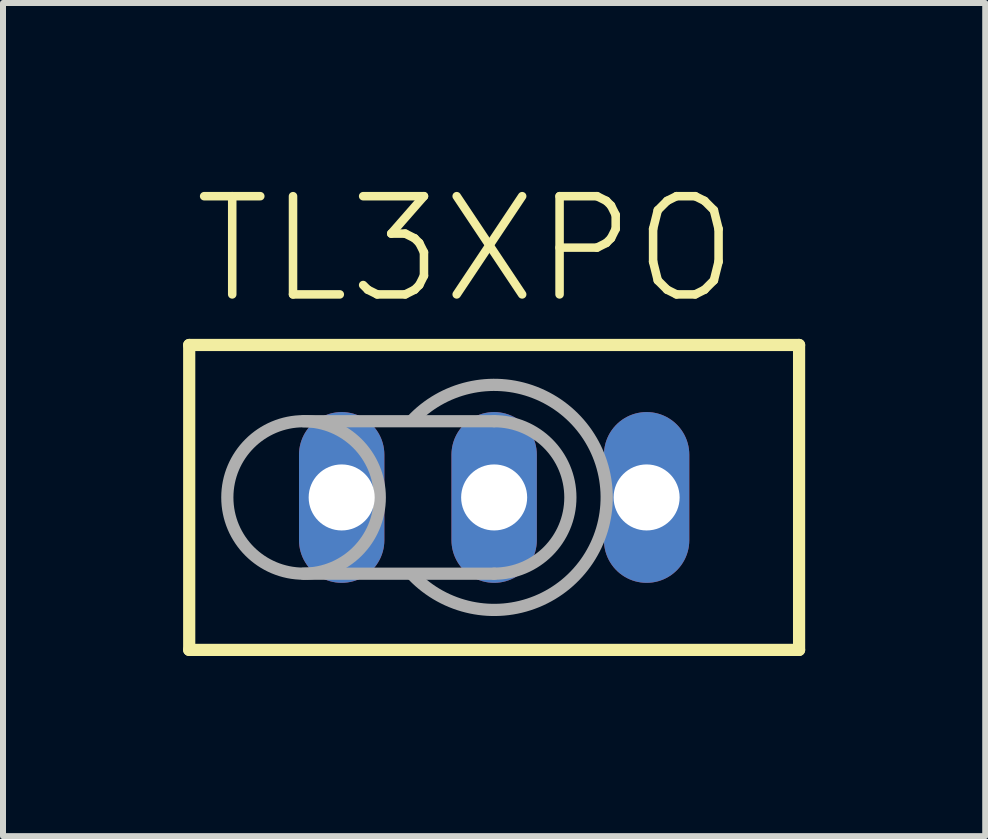
<source format=kicad_pcb>
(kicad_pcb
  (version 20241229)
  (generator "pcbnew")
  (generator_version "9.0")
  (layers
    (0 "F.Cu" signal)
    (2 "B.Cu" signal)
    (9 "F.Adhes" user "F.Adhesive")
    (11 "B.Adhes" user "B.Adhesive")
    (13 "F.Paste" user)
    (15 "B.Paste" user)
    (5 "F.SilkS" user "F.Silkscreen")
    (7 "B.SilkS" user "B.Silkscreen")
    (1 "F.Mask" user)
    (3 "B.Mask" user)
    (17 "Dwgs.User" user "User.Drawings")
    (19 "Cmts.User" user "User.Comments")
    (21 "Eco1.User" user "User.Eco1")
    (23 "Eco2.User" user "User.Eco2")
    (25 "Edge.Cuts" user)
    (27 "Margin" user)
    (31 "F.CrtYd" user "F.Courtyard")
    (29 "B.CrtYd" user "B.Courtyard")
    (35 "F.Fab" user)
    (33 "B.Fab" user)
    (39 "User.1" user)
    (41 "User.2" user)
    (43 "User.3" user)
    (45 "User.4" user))
  (footprint "TL3XPO"
    (layer "F.Cu")
    (at 5.182 5.237)
    (property "Reference" "TL3XPO" (at -5.08 -3.175 0) (layer "F.SilkS") (effects (font (size 1.636 1.636) (thickness 0.142)) (justify left bottom)))
    (fp_line (start -5.08 -2.54) (end 5.08 -2.54) (stroke (width 0.203) (type solid)) (layer "F.SilkS"))
    (fp_line (start -5.08 2.54) (end -5.08 -2.54) (stroke (width 0.203) (type solid)) (layer "F.SilkS"))
    (fp_line (start 5.08 -2.54) (end 5.08 2.54) (stroke (width 0.203) (type solid)) (layer "F.SilkS"))
    (fp_line (start 5.08 2.54) (end -5.08 2.54) (stroke (width 0.203) (type solid)) (layer "F.SilkS"))
    (fp_line (start -3.175 -1.27) (end 0 -1.27) (stroke (width 0.203) (type solid)) (layer "F.Fab"))
    (fp_line (start -3.175 1.27) (end 0 1.27) (stroke (width 0.203) (type solid)) (layer "F.Fab"))
    (fp_arc (start -1.375 -1.275) (mid 1.874583 -0.018928) (end -1.35 1.3) (stroke (width 0.2032) (type solid)) (layer "F.Fab"))
    (fp_arc (start 0 -1.27) (mid 1.27 0) (end 0 1.27) (stroke (width 0.2032) (type solid)) (layer "F.Fab"))
    (fp_circle (center -3.175 0) (end -1.905 0) (stroke (width 0.203) (type solid)) (fill no) (layer "F.Fab"))
    (pad "1" thru_hole oval (at -2.54 0 90) (size 2.845 1.422) (drill 1.1) (layers "*.Cu" "*.Mask"))
    (pad "2" thru_hole oval (at 0 0 90) (size 2.845 1.422) (drill 1.1) (layers "*.Cu" "*.Mask"))
    (pad "3" thru_hole oval (at 2.54 0 90) (size 2.845 1.422) (drill 1.1) (layers "*.Cu" "*.Mask")))
  (gr_rect
    (start -3 -3)
    (end 13.363 10.879)
    (stroke (width 0.1) (type default))
    (fill no)
    (layer "Edge.Cuts")))
</source>
